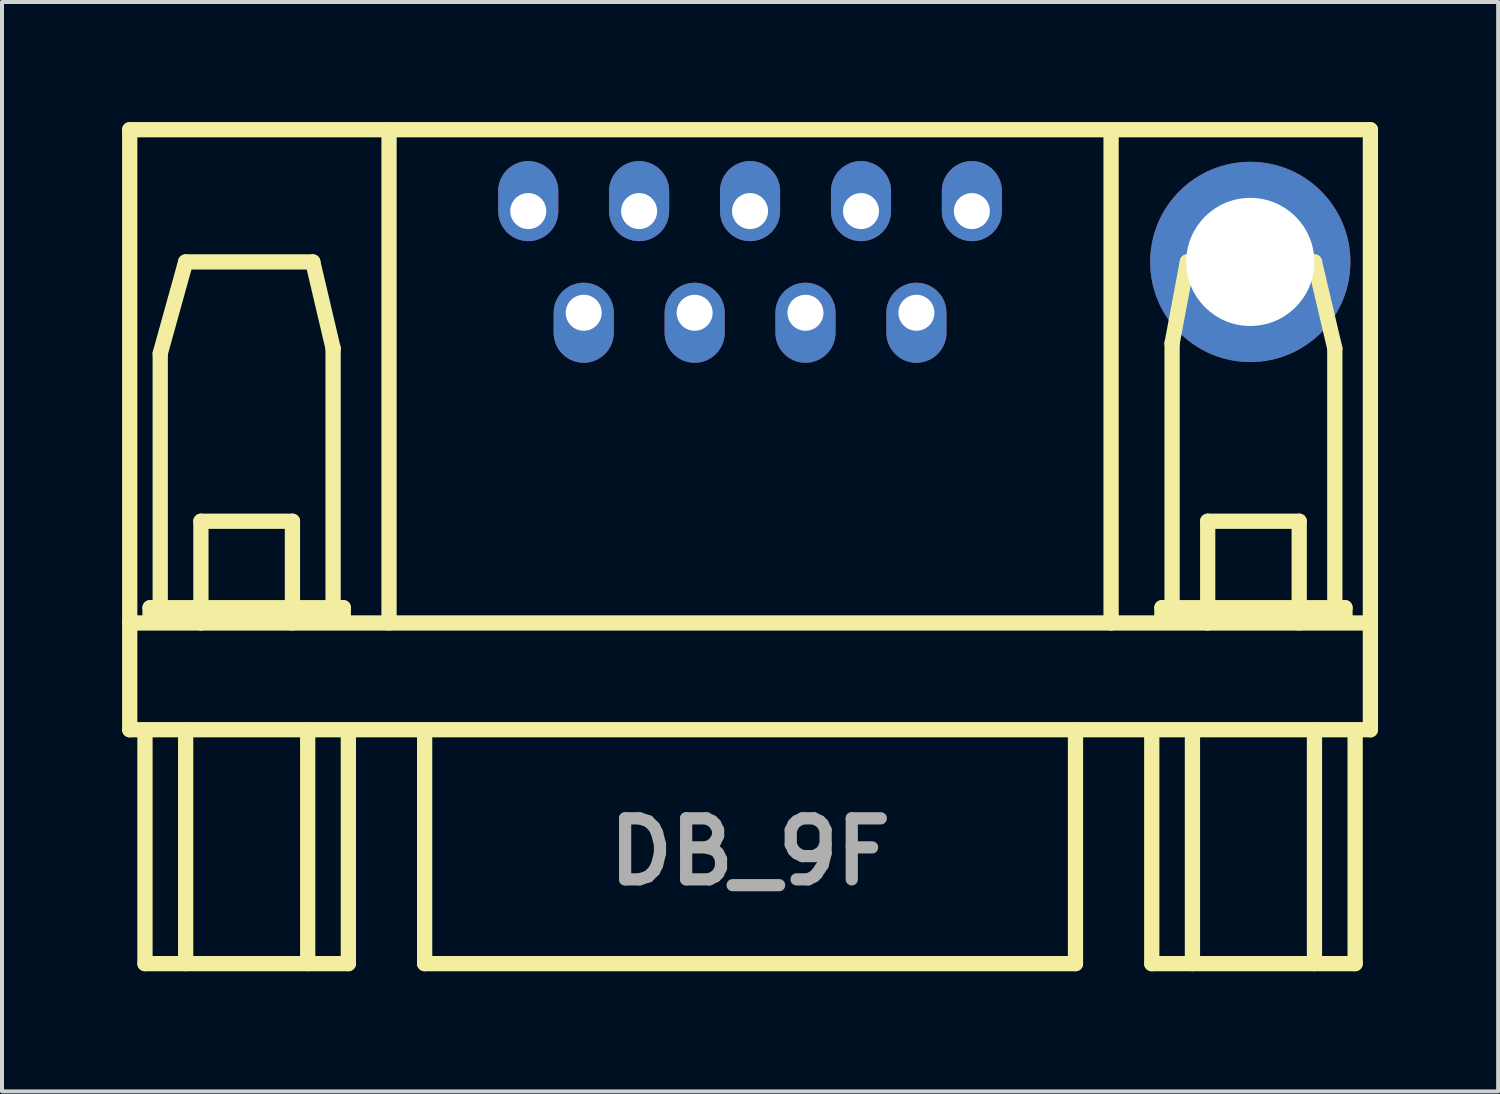
<source format=kicad_pcb>
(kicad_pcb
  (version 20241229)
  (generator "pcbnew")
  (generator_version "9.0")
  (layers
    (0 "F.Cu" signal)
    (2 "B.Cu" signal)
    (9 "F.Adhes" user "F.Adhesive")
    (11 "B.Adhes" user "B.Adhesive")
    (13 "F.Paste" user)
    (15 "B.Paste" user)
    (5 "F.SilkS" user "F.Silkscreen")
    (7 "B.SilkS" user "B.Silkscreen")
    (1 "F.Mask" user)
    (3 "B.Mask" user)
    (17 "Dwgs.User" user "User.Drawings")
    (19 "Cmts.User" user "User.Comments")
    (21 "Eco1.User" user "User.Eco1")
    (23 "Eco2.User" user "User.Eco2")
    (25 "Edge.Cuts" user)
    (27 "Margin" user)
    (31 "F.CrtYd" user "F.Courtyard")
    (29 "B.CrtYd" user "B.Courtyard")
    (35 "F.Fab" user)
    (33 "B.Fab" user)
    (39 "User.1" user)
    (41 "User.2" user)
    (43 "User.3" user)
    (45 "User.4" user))
  (footprint "DB_9F"
    (layer "F.Cu")
    (at 15.684 10.604)
    (property "Reference" "DB_9F" (at 0 7.62 0) (layer "F.Fab") (effects (font (size 1.524 1.524) (thickness 0.305))))
    (attr through_hole)
    (fp_line (start -15.494 -10.414) (end -15.494 4.572) (stroke (width 0.381) (type solid)) (layer "F.SilkS"))
    (fp_line (start -15.494 1.905) (end 15.494 1.905) (stroke (width 0.381) (type solid)) (layer "F.SilkS"))
    (fp_line (start -15.494 4.572) (end 15.494 4.572) (stroke (width 0.381) (type solid)) (layer "F.SilkS"))
    (fp_line (start -15.113 4.572) (end -15.113 10.414) (stroke (width 0.381) (type solid)) (layer "F.SilkS"))
    (fp_line (start -15.113 10.414) (end -10.033 10.414) (stroke (width 0.381) (type solid)) (layer "F.SilkS"))
    (fp_line (start -14.986 1.524) (end -14.986 1.778) (stroke (width 0.381) (type solid)) (layer "F.SilkS"))
    (fp_line (start -14.986 1.778) (end -10.16 1.778) (stroke (width 0.381) (type solid)) (layer "F.SilkS"))
    (fp_line (start -14.732 -4.826) (end -14.097 -7.112) (stroke (width 0.381) (type solid)) (layer "F.SilkS"))
    (fp_line (start -14.732 1.524) (end -14.732 -4.826) (stroke (width 0.381) (type solid)) (layer "F.SilkS"))
    (fp_line (start -14.097 -7.112) (end -10.922 -7.112) (stroke (width 0.381) (type solid)) (layer "F.SilkS"))
    (fp_line (start -14.097 4.572) (end -14.097 10.414) (stroke (width 0.381) (type solid)) (layer "F.SilkS"))
    (fp_line (start -13.716 -0.635) (end -11.43 -0.635) (stroke (width 0.381) (type solid)) (layer "F.SilkS"))
    (fp_line (start -13.716 1.905) (end -13.716 -0.635) (stroke (width 0.381) (type solid)) (layer "F.SilkS"))
    (fp_line (start -11.43 -0.635) (end -11.43 1.905) (stroke (width 0.381) (type solid)) (layer "F.SilkS"))
    (fp_line (start -11.049 4.572) (end -11.049 10.414) (stroke (width 0.381) (type solid)) (layer "F.SilkS"))
    (fp_line (start -10.922 -7.112) (end -10.414 -4.953) (stroke (width 0.381) (type solid)) (layer "F.SilkS"))
    (fp_line (start -10.414 -4.953) (end -10.414 1.524) (stroke (width 0.381) (type solid)) (layer "F.SilkS"))
    (fp_line (start -10.16 1.524) (end -14.986 1.524) (stroke (width 0.381) (type solid)) (layer "F.SilkS"))
    (fp_line (start -10.16 1.778) (end -10.16 1.524) (stroke (width 0.381) (type solid)) (layer "F.SilkS"))
    (fp_line (start -10.033 10.414) (end -10.033 4.699) (stroke (width 0.381) (type solid)) (layer "F.SilkS"))
    (fp_line (start -9.017 1.905) (end -9.017 -10.414) (stroke (width 0.381) (type solid)) (layer "F.SilkS"))
    (fp_line (start -8.128 4.572) (end -8.128 10.414) (stroke (width 0.381) (type solid)) (layer "F.SilkS"))
    (fp_line (start -8.128 10.414) (end 8.128 10.414) (stroke (width 0.381) (type solid)) (layer "F.SilkS"))
    (fp_line (start 8.128 10.414) (end 8.128 4.572) (stroke (width 0.381) (type solid)) (layer "F.SilkS"))
    (fp_line (start 9.017 1.905) (end 9.017 -10.414) (stroke (width 0.381) (type solid)) (layer "F.SilkS"))
    (fp_line (start 10.033 4.572) (end 10.033 10.414) (stroke (width 0.381) (type solid)) (layer "F.SilkS"))
    (fp_line (start 10.033 10.414) (end 15.113 10.414) (stroke (width 0.381) (type solid)) (layer "F.SilkS"))
    (fp_line (start 10.287 1.524) (end 10.287 1.778) (stroke (width 0.381) (type solid)) (layer "F.SilkS"))
    (fp_line (start 10.287 1.778) (end 14.859 1.778) (stroke (width 0.381) (type solid)) (layer "F.SilkS"))
    (fp_line (start 10.541 -5.08) (end 10.922 -7.112) (stroke (width 0.381) (type solid)) (layer "F.SilkS"))
    (fp_line (start 10.541 1.524) (end 10.541 -5.08) (stroke (width 0.381) (type solid)) (layer "F.SilkS"))
    (fp_line (start 10.922 -7.112) (end 14.097 -7.112) (stroke (width 0.381) (type solid)) (layer "F.SilkS"))
    (fp_line (start 11.049 4.572) (end 11.049 10.414) (stroke (width 0.381) (type solid)) (layer "F.SilkS"))
    (fp_line (start 11.43 -0.635) (end 13.716 -0.635) (stroke (width 0.381) (type solid)) (layer "F.SilkS"))
    (fp_line (start 11.43 1.905) (end 11.43 -0.635) (stroke (width 0.381) (type solid)) (layer "F.SilkS"))
    (fp_line (start 13.716 -0.635) (end 13.716 1.905) (stroke (width 0.381) (type solid)) (layer "F.SilkS"))
    (fp_line (start 14.097 -7.112) (end 14.605 -4.953) (stroke (width 0.381) (type solid)) (layer "F.SilkS"))
    (fp_line (start 14.097 4.572) (end 14.097 10.414) (stroke (width 0.381) (type solid)) (layer "F.SilkS"))
    (fp_line (start 14.605 -4.953) (end 14.605 1.524) (stroke (width 0.381) (type solid)) (layer "F.SilkS"))
    (fp_line (start 14.859 1.524) (end 10.287 1.524) (stroke (width 0.381) (type solid)) (layer "F.SilkS"))
    (fp_line (start 14.859 1.778) (end 14.859 1.524) (stroke (width 0.381) (type solid)) (layer "F.SilkS"))
    (fp_line (start 15.113 10.414) (end 15.113 4.699) (stroke (width 0.381) (type solid)) (layer "F.SilkS"))
    (fp_line (start 15.494 -10.414) (end -15.494 -10.414) (stroke (width 0.381) (type solid)) (layer "F.SilkS"))
    (fp_line (start 15.494 4.572) (end 15.494 -10.414) (stroke (width 0.381) (type solid)) (layer "F.SilkS"))
    (pad "" thru_hole circle (at 12.494 -7.112) (size 5.001 5.001) (drill 3.2) (layers "*.Cu" "*.Mask"))
    (pad "1" thru_hole oval (at 5.54 -8.382) (size 1.501 1.999) (drill 0.899 (offset 0 -0.249)) (layers "*.Cu" "*.Mask"))
    (pad "2" thru_hole oval (at 2.771 -8.382) (size 1.501 1.999) (drill 0.899 (offset 0 -0.249)) (layers "*.Cu" "*.Mask"))
    (pad "3" thru_hole oval (at 0 -8.382) (size 1.501 1.999) (drill 0.899 (offset 0 -0.249)) (layers "*.Cu" "*.Mask"))
    (pad "4" thru_hole oval (at -2.771 -8.382) (size 1.501 1.999) (drill 0.899 (offset 0 -0.249)) (layers "*.Cu" "*.Mask"))
    (pad "5" thru_hole oval (at -5.54 -8.382) (size 1.501 1.999) (drill 0.899 (offset 0 -0.249)) (layers "*.Cu" "*.Mask"))
    (pad "6" thru_hole oval (at 4.155 -5.842) (size 1.501 1.999) (drill 0.899 (offset 0 0.249)) (layers "*.Cu" "*.Mask"))
    (pad "7" thru_hole oval (at 1.384 -5.842) (size 1.501 1.999) (drill 0.899 (offset 0 0.249)) (layers "*.Cu" "*.Mask"))
    (pad "8" thru_hole oval (at -1.384 -5.842) (size 1.501 1.999) (drill 0.899 (offset 0 0.249)) (layers "*.Cu" "*.Mask"))
    (pad "9" thru_hole oval (at -4.155 -5.842) (size 1.501 1.999) (drill 0.899 (offset 0 0.249)) (layers "*.Cu" "*.Mask")))
  (gr_rect
    (start -3 -3)
    (end 34.369 24.209)
    (stroke (width 0.1) (type default))
    (fill no)
    (layer "Edge.Cuts")))
</source>
